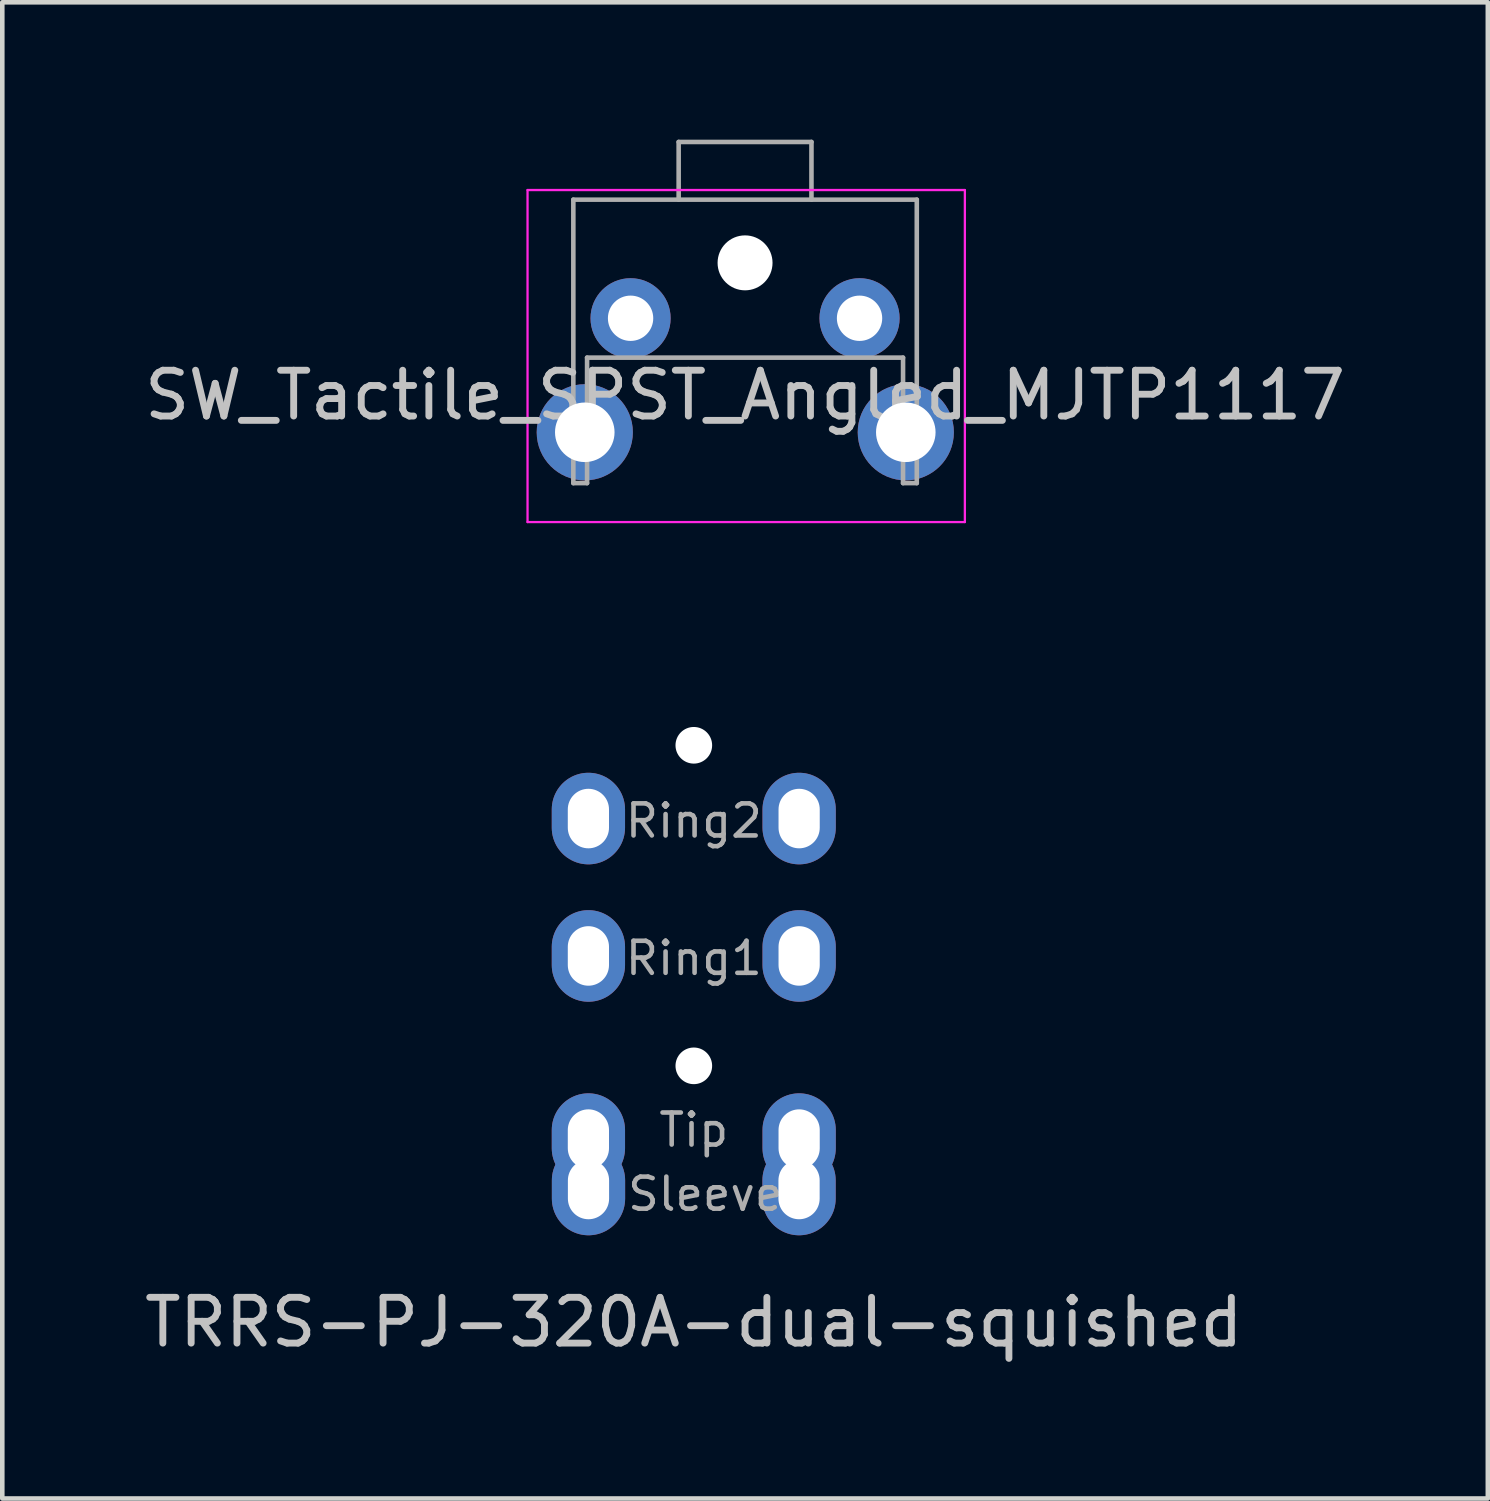
<source format=kicad_pcb>
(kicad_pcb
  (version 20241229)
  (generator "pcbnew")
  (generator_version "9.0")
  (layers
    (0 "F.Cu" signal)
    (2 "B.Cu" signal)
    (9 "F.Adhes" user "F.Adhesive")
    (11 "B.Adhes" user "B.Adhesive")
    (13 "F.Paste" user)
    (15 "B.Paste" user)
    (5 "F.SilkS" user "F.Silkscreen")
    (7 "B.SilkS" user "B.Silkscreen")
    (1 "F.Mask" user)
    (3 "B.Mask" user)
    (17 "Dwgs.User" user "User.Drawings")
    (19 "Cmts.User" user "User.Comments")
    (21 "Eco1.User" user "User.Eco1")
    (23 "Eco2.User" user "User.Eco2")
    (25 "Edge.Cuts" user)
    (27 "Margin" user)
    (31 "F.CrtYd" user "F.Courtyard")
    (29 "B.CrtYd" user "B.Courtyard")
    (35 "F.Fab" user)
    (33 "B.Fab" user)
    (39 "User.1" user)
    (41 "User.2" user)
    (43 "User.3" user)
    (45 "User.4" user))
  (footprint "SW_Tactile_SPST_Angled_MJTP1117"
    (layer "F.Cu")
    (at 10.72 3.9)
    (property "Reference" "SW_Tactile_SPST_Angled_MJTP1117" (at 2.5 1.68 0) (layer "Dwgs.User") (effects (font (size 1 1) (thickness 0.15))))
    (attr through_hole)
    (fp_line (start -2.25 -2.8) (end 7.3 -2.8) (stroke (width 0.05) (type solid)) (layer "F.CrtYd"))
    (fp_line (start -2.25 4.45) (end -2.25 -2.8) (stroke (width 0.05) (type solid)) (layer "F.CrtYd"))
    (fp_line (start 7.3 -2.8) (end 7.3 4.45) (stroke (width 0.05) (type solid)) (layer "F.CrtYd"))
    (fp_line (start 7.3 4.45) (end -2.25 4.45) (stroke (width 0.05) (type solid)) (layer "F.CrtYd"))
    (fp_line (start -1.25 -2.59) (end 6.25 -2.59) (stroke (width 0.1) (type solid)) (layer "F.Fab"))
    (fp_line (start -1.25 3.6) (end -1.25 -2.59) (stroke (width 0.1) (type solid)) (layer "F.Fab"))
    (fp_line (start -1.25 3.6) (end -0.95 3.6) (stroke (width 0.1) (type solid)) (layer "F.Fab"))
    (fp_line (start -0.95 0.86) (end 5.95 0.86) (stroke (width 0.1) (type solid)) (layer "F.Fab"))
    (fp_line (start -0.95 3.6) (end -0.95 0.86) (stroke (width 0.1) (type solid)) (layer "F.Fab"))
    (fp_line (start 1.05 -3.85) (end 1.05 -2.59) (stroke (width 0.1) (type solid)) (layer "F.Fab"))
    (fp_line (start 1.05 -3.85) (end 3.95 -3.85) (stroke (width 0.1) (type solid)) (layer "F.Fab"))
    (fp_line (start 3.95 -3.85) (end 3.95 -2.59) (stroke (width 0.1) (type solid)) (layer "F.Fab"))
    (fp_line (start 5.95 3.6) (end 5.95 0.86) (stroke (width 0.1) (type solid)) (layer "F.Fab"))
    (fp_line (start 5.95 3.6) (end 6.25 3.6) (stroke (width 0.1) (type solid)) (layer "F.Fab"))
    (fp_line (start 6.25 3.6) (end 6.25 -2.59) (stroke (width 0.1) (type solid)) (layer "F.Fab"))
    (pad "" thru_hole circle (at -1 2.49) (size 2.1 2.1) (drill 1.3) (layers "*.Cu" "*.Mask"))
    (pad "" np_thru_hole circle (at 2.5 -1.21) (size 1.2 1.2) (drill 1.2) (layers "*.Cu" "*.Mask"))
    (pad "" thru_hole circle (at 6.01 2.49) (size 2.1 2.1) (drill 1.3) (layers "*.Cu" "*.Mask"))
    (pad "1" thru_hole circle (at 0 0) (size 1.75 1.75) (drill 0.99) (layers "*.Cu" "*.Mask"))
    (pad "2" thru_hole circle (at 5 0) (size 1.75 1.75) (drill 0.99) (layers "*.Cu" "*.Mask")))
  (footprint "TRRS-PJ-320A-dual-squished"
    (layer "F.Cu")
    (at 12.101 11.625)
    (property "Reference" "TRRS-PJ-320A-dual-squished" (at 0 14.2 180) (layer "Dwgs.User") (effects (font (size 1 1) (thickness 0.15))))
    (attr through_hole)
    (fp_text user "Ring2" (at 0 3.25 180) (layer "F.Fab") (effects (font (size 0.7 0.7) (thickness 0.1))))
    (fp_text user "Ring1" (at 0 6.25 180) (layer "F.Fab") (effects (font (size 0.7 0.7) (thickness 0.1))))
    (fp_text user "Tip" (at 0 10 180) (layer "F.Fab") (effects (font (size 0.7 0.7) (thickness 0.1))))
    (fp_text user "Sleeve" (at 0.25 11.4 180) (layer "F.Fab") (effects (font (size 0.7 0.7) (thickness 0.1))))
    (pad "" np_thru_hole circle (at 0 1.6) (size 0.8 0.8) (drill 0.8) (layers "*.Cu" "*.Mask"))
    (pad "" np_thru_hole circle (at 0 8.6) (size 0.8 0.8) (drill 0.8) (layers "*.Cu" "*.Mask"))
    (pad "1" thru_hole oval (at 2.298 11.3 180) (size 1.6 2) (drill oval 0.9 1.3) (layers "*.Cu" "*.Mask"))
    (pad "1" thru_hole oval (at 2.3 10.2) (size 1.6 2) (drill oval 0.9 1.3) (layers "*.Cu" "*.Mask"))
    (pad "2" thru_hole oval (at -2.302 10.2 180) (size 1.6 2) (drill oval 0.9 1.3) (layers "*.Cu" "*.Mask"))
    (pad "2" thru_hole oval (at -2.3 11.3) (size 1.6 2) (drill oval 0.9 1.3) (layers "*.Cu" "*.Mask"))
    (pad "3" thru_hole oval (at -2.302 6.2 180) (size 1.6 2) (drill oval 0.9 1.3) (layers "*.Cu" "*.Mask"))
    (pad "3" thru_hole oval (at 2.3 6.2) (size 1.6 2) (drill oval 0.9 1.3) (layers "*.Cu" "*.Mask"))
    (pad "4" thru_hole oval (at -2.302 3.2 180) (size 1.6 2) (drill oval 0.9 1.3) (layers "*.Cu" "*.Mask"))
    (pad "4" thru_hole oval (at 2.3 3.2) (size 1.6 2) (drill oval 0.9 1.3) (layers "*.Cu" "*.Mask")))
  (gr_rect
    (start -3 -3)
    (end 29.44 29.673)
    (stroke (width 0.1) (type default))
    (fill no)
    (layer "Edge.Cuts")))
</source>
